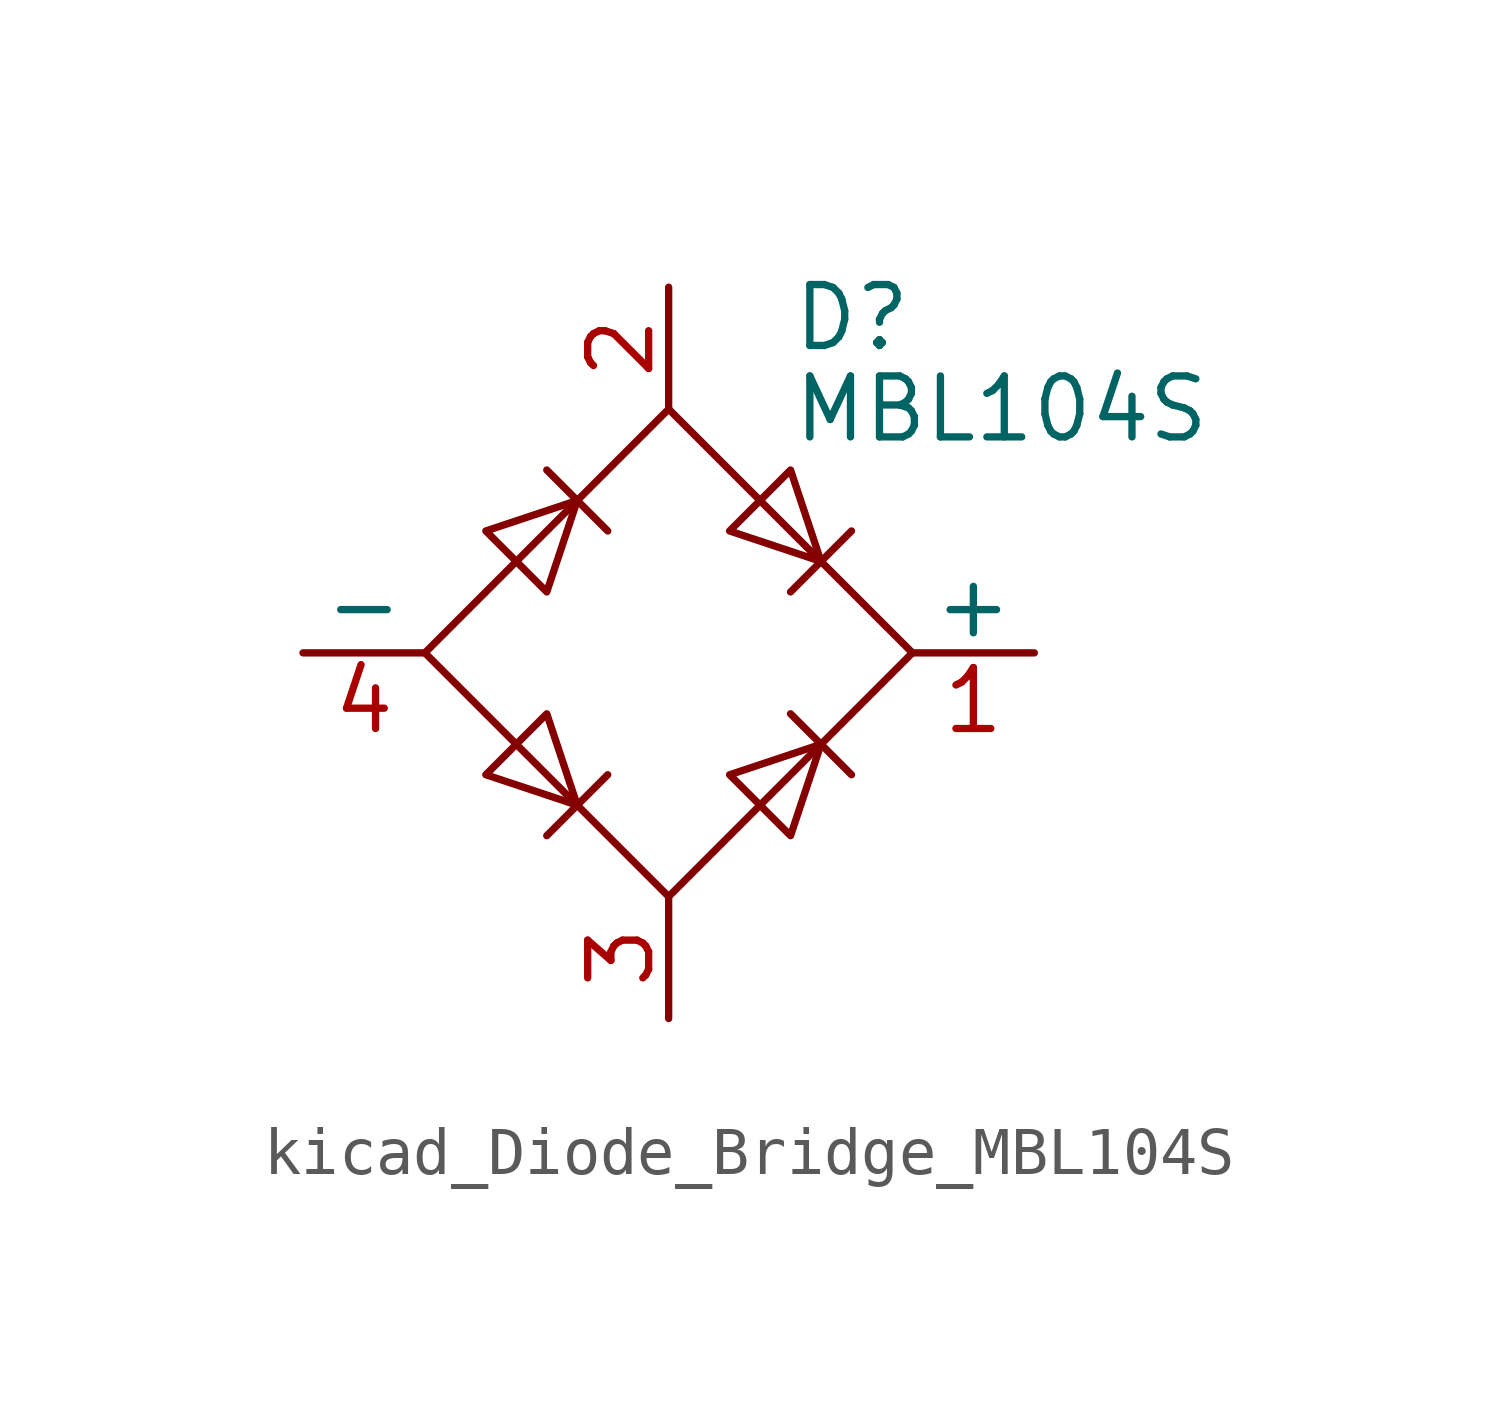
<source format=kicad_sym>
(kicad_symbol_lib
  (version 20220914)
  (generator kicad_symbol_editor)
  (symbol "kicad_Diode_Bridge_MBL104S"
    (pin_names
      (offset 0))
    (property "Reference" "D"
      (at 2.54 6.985 0)
      (effects (font (size 1.27 1.27)) (justify left)))
    (property "Value" "MBL104S"
      (at 2.54 5.08 0)
      (effects (font (size 1.27 1.27)) (justify left)))
    (symbol "kicad_Diode_Bridge_MBL104S_0_1"
      (polyline (pts (xy -2.54 3.81) (xy -1.27 2.54)) (stroke (width 0) (type default)) (fill (type none)))
      (polyline (pts (xy -1.27 -2.54) (xy -2.54 -3.81)) (stroke (width 0) (type default)) (fill (type none)))
      (polyline (pts (xy 2.54 -1.27) (xy 3.81 -2.54)) (stroke (width 0) (type default)) (fill (type none)))
      (polyline (pts (xy 2.54 1.27) (xy 3.81 2.54)) (stroke (width 0) (type default)) (fill (type none)))
      (polyline (pts (xy -3.81 2.54) (xy -2.54 1.27) (xy -1.905 3.175) (xy -3.81 2.54)) (stroke (width 0) (type default)) (fill (type none)))
      (polyline (pts (xy -2.54 -1.27) (xy -3.81 -2.54) (xy -1.905 -3.175) (xy -2.54 -1.27)) (stroke (width 0) (type default)) (fill (type none)))
      (polyline (pts (xy 1.27 2.54) (xy 2.54 3.81) (xy 3.175 1.905) (xy 1.27 2.54)) (stroke (width 0) (type default)) (fill (type none)))
      (polyline (pts (xy 3.175 -1.905) (xy 1.27 -2.54) (xy 2.54 -3.81) (xy 3.175 -1.905)) (stroke (width 0) (type default)) (fill (type none)))
      (polyline (pts (xy -5.08 0) (xy 0 -5.08) (xy 5.08 0) (xy 0 5.08) (xy -5.08 0)) (stroke (width 0) (type default)) (fill (type none))))
    (symbol "kicad_Diode_Bridge_MBL104S_1_1"
      (pin passive line (at 7.62 0 180) (length 2.54) (name "+" (effects (font (size 1.27 1.27)))) (number "1" (effects (font (size 1.27 1.27)))))
      (pin passive line (at 0 7.62 270) (length 2.54) (name "~" (effects (font (size 1.27 1.27)))) (number "2" (effects (font (size 1.27 1.27)))))
      (pin passive line (at 0 -7.62 90) (length 2.54) (name "~" (effects (font (size 1.27 1.27)))) (number "3" (effects (font (size 1.27 1.27)))))
      (pin passive line (at -7.62 0 0) (length 2.54) (name "-" (effects (font (size 1.27 1.27)))) (number "4" (effects (font (size 1.27 1.27))))))))
</source>
